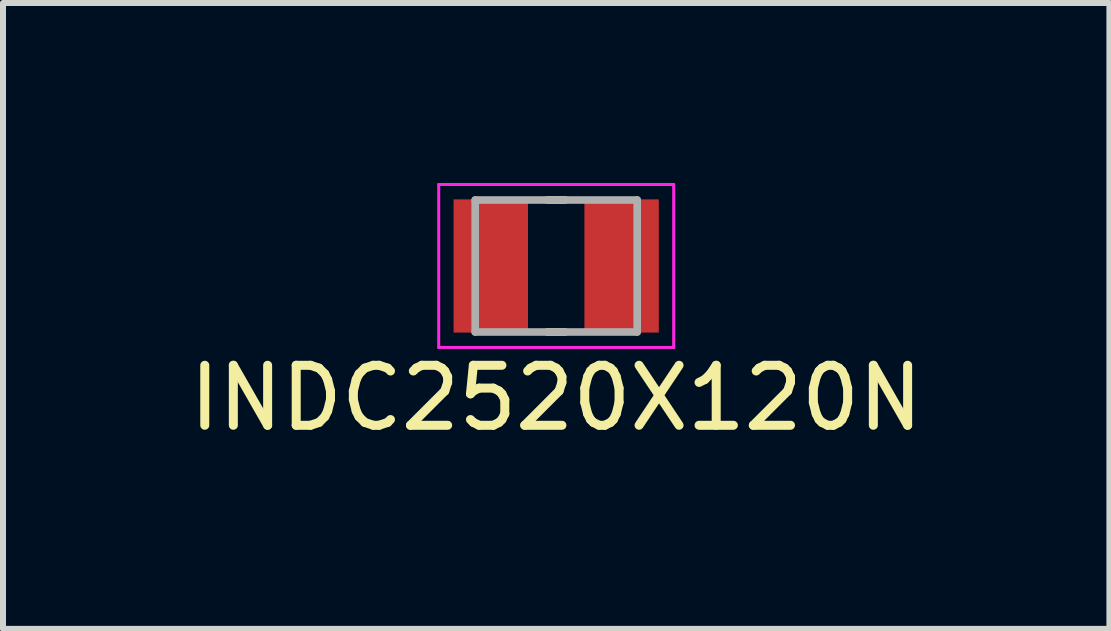
<source format=kicad_pcb>
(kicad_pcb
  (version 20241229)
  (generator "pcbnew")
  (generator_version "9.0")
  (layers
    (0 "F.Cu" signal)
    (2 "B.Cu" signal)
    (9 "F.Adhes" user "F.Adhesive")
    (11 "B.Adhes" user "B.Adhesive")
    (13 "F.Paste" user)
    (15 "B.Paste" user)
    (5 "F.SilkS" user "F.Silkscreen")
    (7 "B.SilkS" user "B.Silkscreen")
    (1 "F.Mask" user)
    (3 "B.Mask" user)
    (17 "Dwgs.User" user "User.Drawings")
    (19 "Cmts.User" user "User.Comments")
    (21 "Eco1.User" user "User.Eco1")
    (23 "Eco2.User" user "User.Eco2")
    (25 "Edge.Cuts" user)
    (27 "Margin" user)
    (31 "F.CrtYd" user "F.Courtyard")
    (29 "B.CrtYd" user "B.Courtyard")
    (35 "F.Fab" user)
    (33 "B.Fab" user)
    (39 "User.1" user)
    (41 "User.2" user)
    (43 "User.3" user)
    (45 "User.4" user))
  (footprint "INDC2520X120N"
    (layer "F.Cu")
    (at 6.22 1.383)
    (property "Reference" "INDC2520X120N" (at 0 2.2 0) (layer "F.SilkS") (effects (font (size 1 1) (thickness 0.15))))
    (attr smd)
    (fp_line (start -0.15 -1.1) (end 0.15 -1.1) (stroke (width 0.127) (type solid)) (layer "F.SilkS"))
    (fp_line (start -0.15 1.1) (end 0.15 1.1) (stroke (width 0.127) (type solid)) (layer "F.SilkS"))
    (fp_line (start -1.958 -1.358) (end 1.958 -1.358) (stroke (width 0.05) (type solid)) (layer "F.CrtYd"))
    (fp_line (start -1.958 1.358) (end -1.958 -1.358) (stroke (width 0.05) (type solid)) (layer "F.CrtYd"))
    (fp_line (start -1.958 1.358) (end 1.958 1.358) (stroke (width 0.05) (type solid)) (layer "F.CrtYd"))
    (fp_line (start 1.958 1.358) (end 1.958 -1.358) (stroke (width 0.05) (type solid)) (layer "F.CrtYd"))
    (fp_line (start -1.35 1.1) (end -1.35 -1.1) (stroke (width 0.127) (type solid)) (layer "F.Fab"))
    (fp_line (start 1.35 -1.1) (end -1.35 -1.1) (stroke (width 0.127) (type solid)) (layer "F.Fab"))
    (fp_line (start 1.35 1.1) (end -1.35 1.1) (stroke (width 0.127) (type solid)) (layer "F.Fab"))
    (fp_line (start 1.35 1.1) (end 1.35 -1.1) (stroke (width 0.127) (type solid)) (layer "F.Fab"))
    (pad "1" smd rect (at -1.09 0) (size 1.24 2.22) (layers "F.Cu" "F.Mask" "F.Paste"))
    (pad "2" smd rect (at 1.09 0) (size 1.24 2.22) (layers "F.Cu" "F.Mask" "F.Paste")))
  (gr_rect
    (start -3 -3)
    (end 15.44 7.431)
    (stroke (width 0.1) (type default))
    (fill no)
    (layer "Edge.Cuts")))
</source>
